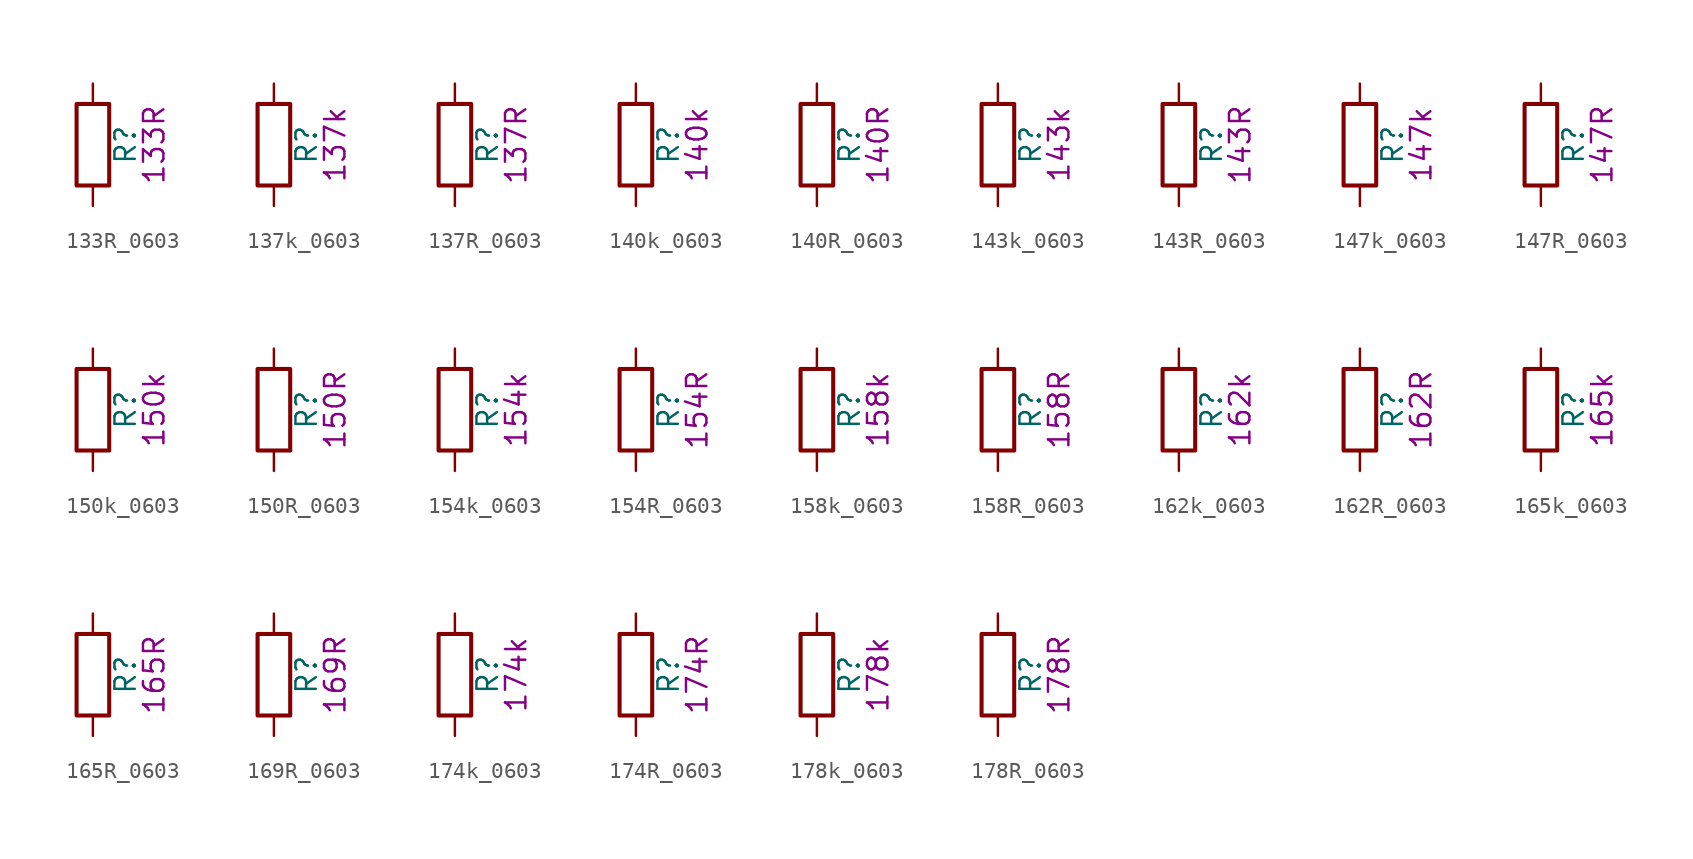
<source format=kicad_sym>
(kicad_symbol_lib
  (version 20211014)
  (generator kicad_symbol_editor)
  (symbol "133R_0603"
    (pin_numbers hide)
    (pin_names
      (offset 0))
    (property "Reference" "R"
      (at 2.032 0 90)
      (effects (font (size 1.27 1.27))))
    (property "Display" "133R"
      (at 3.81 0 90)
      (effects (font (size 1.27 1.27))))
    (symbol "133R_0603_0_1"
      (rectangle (start -1.016 -2.54) (end 1.016 2.54) (stroke (width 0.254) (type default) (color 0 0 0 0)) (fill (type none))))
    (symbol "133R_0603_1_1"
      (pin passive line (at 0 3.81 270) (length 1.27) (name "~" (effects (font (size 1.27 1.27)))) (number "1" (effects (font (size 1.27 1.27)))))
      (pin passive line (at 0 -3.81 90) (length 1.27) (name "~" (effects (font (size 1.27 1.27)))) (number "2" (effects (font (size 1.27 1.27)))))))
  (symbol "137k_0603"
    (pin_numbers hide)
    (pin_names
      (offset 0))
    (property "Reference" "R"
      (at 2.032 0 90)
      (effects (font (size 1.27 1.27))))
    (property "Display" "137k"
      (at 3.81 0 90)
      (effects (font (size 1.27 1.27))))
    (symbol "137k_0603_0_1"
      (rectangle (start -1.016 -2.54) (end 1.016 2.54) (stroke (width 0.254) (type default) (color 0 0 0 0)) (fill (type none))))
    (symbol "137k_0603_1_1"
      (pin passive line (at 0 3.81 270) (length 1.27) (name "~" (effects (font (size 1.27 1.27)))) (number "1" (effects (font (size 1.27 1.27)))))
      (pin passive line (at 0 -3.81 90) (length 1.27) (name "~" (effects (font (size 1.27 1.27)))) (number "2" (effects (font (size 1.27 1.27)))))))
  (symbol "137R_0603"
    (pin_numbers hide)
    (pin_names
      (offset 0))
    (property "Reference" "R"
      (at 2.032 0 90)
      (effects (font (size 1.27 1.27))))
    (property "Display" "137R"
      (at 3.81 0 90)
      (effects (font (size 1.27 1.27))))
    (symbol "137R_0603_0_1"
      (rectangle (start -1.016 -2.54) (end 1.016 2.54) (stroke (width 0.254) (type default) (color 0 0 0 0)) (fill (type none))))
    (symbol "137R_0603_1_1"
      (pin passive line (at 0 3.81 270) (length 1.27) (name "~" (effects (font (size 1.27 1.27)))) (number "1" (effects (font (size 1.27 1.27)))))
      (pin passive line (at 0 -3.81 90) (length 1.27) (name "~" (effects (font (size 1.27 1.27)))) (number "2" (effects (font (size 1.27 1.27)))))))
  (symbol "140k_0603"
    (pin_numbers hide)
    (pin_names
      (offset 0))
    (property "Reference" "R"
      (at 2.032 0 90)
      (effects (font (size 1.27 1.27))))
    (property "Display" "140k"
      (at 3.81 0 90)
      (effects (font (size 1.27 1.27))))
    (symbol "140k_0603_0_1"
      (rectangle (start -1.016 -2.54) (end 1.016 2.54) (stroke (width 0.254) (type default) (color 0 0 0 0)) (fill (type none))))
    (symbol "140k_0603_1_1"
      (pin passive line (at 0 3.81 270) (length 1.27) (name "~" (effects (font (size 1.27 1.27)))) (number "1" (effects (font (size 1.27 1.27)))))
      (pin passive line (at 0 -3.81 90) (length 1.27) (name "~" (effects (font (size 1.27 1.27)))) (number "2" (effects (font (size 1.27 1.27)))))))
  (symbol "140R_0603"
    (pin_numbers hide)
    (pin_names
      (offset 0))
    (property "Reference" "R"
      (at 2.032 0 90)
      (effects (font (size 1.27 1.27))))
    (property "Display" "140R"
      (at 3.81 0 90)
      (effects (font (size 1.27 1.27))))
    (symbol "140R_0603_0_1"
      (rectangle (start -1.016 -2.54) (end 1.016 2.54) (stroke (width 0.254) (type default) (color 0 0 0 0)) (fill (type none))))
    (symbol "140R_0603_1_1"
      (pin passive line (at 0 3.81 270) (length 1.27) (name "~" (effects (font (size 1.27 1.27)))) (number "1" (effects (font (size 1.27 1.27)))))
      (pin passive line (at 0 -3.81 90) (length 1.27) (name "~" (effects (font (size 1.27 1.27)))) (number "2" (effects (font (size 1.27 1.27)))))))
  (symbol "143k_0603"
    (pin_numbers hide)
    (pin_names
      (offset 0))
    (property "Reference" "R"
      (at 2.032 0 90)
      (effects (font (size 1.27 1.27))))
    (property "Display" "143k"
      (at 3.81 0 90)
      (effects (font (size 1.27 1.27))))
    (symbol "143k_0603_0_1"
      (rectangle (start -1.016 -2.54) (end 1.016 2.54) (stroke (width 0.254) (type default) (color 0 0 0 0)) (fill (type none))))
    (symbol "143k_0603_1_1"
      (pin passive line (at 0 3.81 270) (length 1.27) (name "~" (effects (font (size 1.27 1.27)))) (number "1" (effects (font (size 1.27 1.27)))))
      (pin passive line (at 0 -3.81 90) (length 1.27) (name "~" (effects (font (size 1.27 1.27)))) (number "2" (effects (font (size 1.27 1.27)))))))
  (symbol "143R_0603"
    (pin_numbers hide)
    (pin_names
      (offset 0))
    (property "Reference" "R"
      (at 2.032 0 90)
      (effects (font (size 1.27 1.27))))
    (property "Display" "143R"
      (at 3.81 0 90)
      (effects (font (size 1.27 1.27))))
    (symbol "143R_0603_0_1"
      (rectangle (start -1.016 -2.54) (end 1.016 2.54) (stroke (width 0.254) (type default) (color 0 0 0 0)) (fill (type none))))
    (symbol "143R_0603_1_1"
      (pin passive line (at 0 3.81 270) (length 1.27) (name "~" (effects (font (size 1.27 1.27)))) (number "1" (effects (font (size 1.27 1.27)))))
      (pin passive line (at 0 -3.81 90) (length 1.27) (name "~" (effects (font (size 1.27 1.27)))) (number "2" (effects (font (size 1.27 1.27)))))))
  (symbol "147k_0603"
    (pin_numbers hide)
    (pin_names
      (offset 0))
    (property "Reference" "R"
      (at 2.032 0 90)
      (effects (font (size 1.27 1.27))))
    (property "Display" "147k"
      (at 3.81 0 90)
      (effects (font (size 1.27 1.27))))
    (symbol "147k_0603_0_1"
      (rectangle (start -1.016 -2.54) (end 1.016 2.54) (stroke (width 0.254) (type default) (color 0 0 0 0)) (fill (type none))))
    (symbol "147k_0603_1_1"
      (pin passive line (at 0 3.81 270) (length 1.27) (name "~" (effects (font (size 1.27 1.27)))) (number "1" (effects (font (size 1.27 1.27)))))
      (pin passive line (at 0 -3.81 90) (length 1.27) (name "~" (effects (font (size 1.27 1.27)))) (number "2" (effects (font (size 1.27 1.27)))))))
  (symbol "147R_0603"
    (pin_numbers hide)
    (pin_names
      (offset 0))
    (property "Reference" "R"
      (at 2.032 0 90)
      (effects (font (size 1.27 1.27))))
    (property "Display" "147R"
      (at 3.81 0 90)
      (effects (font (size 1.27 1.27))))
    (symbol "147R_0603_0_1"
      (rectangle (start -1.016 -2.54) (end 1.016 2.54) (stroke (width 0.254) (type default) (color 0 0 0 0)) (fill (type none))))
    (symbol "147R_0603_1_1"
      (pin passive line (at 0 3.81 270) (length 1.27) (name "~" (effects (font (size 1.27 1.27)))) (number "1" (effects (font (size 1.27 1.27)))))
      (pin passive line (at 0 -3.81 90) (length 1.27) (name "~" (effects (font (size 1.27 1.27)))) (number "2" (effects (font (size 1.27 1.27)))))))
  (symbol "150k_0603"
    (pin_numbers hide)
    (pin_names
      (offset 0))
    (property "Reference" "R"
      (at 2.032 0 90)
      (effects (font (size 1.27 1.27))))
    (property "Display" "150k"
      (at 3.81 0 90)
      (effects (font (size 1.27 1.27))))
    (symbol "150k_0603_0_1"
      (rectangle (start -1.016 -2.54) (end 1.016 2.54) (stroke (width 0.254) (type default) (color 0 0 0 0)) (fill (type none))))
    (symbol "150k_0603_1_1"
      (pin passive line (at 0 3.81 270) (length 1.27) (name "~" (effects (font (size 1.27 1.27)))) (number "1" (effects (font (size 1.27 1.27)))))
      (pin passive line (at 0 -3.81 90) (length 1.27) (name "~" (effects (font (size 1.27 1.27)))) (number "2" (effects (font (size 1.27 1.27)))))))
  (symbol "150R_0603"
    (pin_numbers hide)
    (pin_names
      (offset 0))
    (property "Reference" "R"
      (at 2.032 0 90)
      (effects (font (size 1.27 1.27))))
    (property "Display" "150R"
      (at 3.81 0 90)
      (effects (font (size 1.27 1.27))))
    (symbol "150R_0603_0_1"
      (rectangle (start -1.016 -2.54) (end 1.016 2.54) (stroke (width 0.254) (type default) (color 0 0 0 0)) (fill (type none))))
    (symbol "150R_0603_1_1"
      (pin passive line (at 0 3.81 270) (length 1.27) (name "~" (effects (font (size 1.27 1.27)))) (number "1" (effects (font (size 1.27 1.27)))))
      (pin passive line (at 0 -3.81 90) (length 1.27) (name "~" (effects (font (size 1.27 1.27)))) (number "2" (effects (font (size 1.27 1.27)))))))
  (symbol "154k_0603"
    (pin_numbers hide)
    (pin_names
      (offset 0))
    (property "Reference" "R"
      (at 2.032 0 90)
      (effects (font (size 1.27 1.27))))
    (property "Display" "154k"
      (at 3.81 0 90)
      (effects (font (size 1.27 1.27))))
    (symbol "154k_0603_0_1"
      (rectangle (start -1.016 -2.54) (end 1.016 2.54) (stroke (width 0.254) (type default) (color 0 0 0 0)) (fill (type none))))
    (symbol "154k_0603_1_1"
      (pin passive line (at 0 3.81 270) (length 1.27) (name "~" (effects (font (size 1.27 1.27)))) (number "1" (effects (font (size 1.27 1.27)))))
      (pin passive line (at 0 -3.81 90) (length 1.27) (name "~" (effects (font (size 1.27 1.27)))) (number "2" (effects (font (size 1.27 1.27)))))))
  (symbol "154R_0603"
    (pin_numbers hide)
    (pin_names
      (offset 0))
    (property "Reference" "R"
      (at 2.032 0 90)
      (effects (font (size 1.27 1.27))))
    (property "Display" "154R"
      (at 3.81 0 90)
      (effects (font (size 1.27 1.27))))
    (symbol "154R_0603_0_1"
      (rectangle (start -1.016 -2.54) (end 1.016 2.54) (stroke (width 0.254) (type default) (color 0 0 0 0)) (fill (type none))))
    (symbol "154R_0603_1_1"
      (pin passive line (at 0 3.81 270) (length 1.27) (name "~" (effects (font (size 1.27 1.27)))) (number "1" (effects (font (size 1.27 1.27)))))
      (pin passive line (at 0 -3.81 90) (length 1.27) (name "~" (effects (font (size 1.27 1.27)))) (number "2" (effects (font (size 1.27 1.27)))))))
  (symbol "158k_0603"
    (pin_numbers hide)
    (pin_names
      (offset 0))
    (property "Reference" "R"
      (at 2.032 0 90)
      (effects (font (size 1.27 1.27))))
    (property "Display" "158k"
      (at 3.81 0 90)
      (effects (font (size 1.27 1.27))))
    (symbol "158k_0603_0_1"
      (rectangle (start -1.016 -2.54) (end 1.016 2.54) (stroke (width 0.254) (type default) (color 0 0 0 0)) (fill (type none))))
    (symbol "158k_0603_1_1"
      (pin passive line (at 0 3.81 270) (length 1.27) (name "~" (effects (font (size 1.27 1.27)))) (number "1" (effects (font (size 1.27 1.27)))))
      (pin passive line (at 0 -3.81 90) (length 1.27) (name "~" (effects (font (size 1.27 1.27)))) (number "2" (effects (font (size 1.27 1.27)))))))
  (symbol "158R_0603"
    (pin_numbers hide)
    (pin_names
      (offset 0))
    (property "Reference" "R"
      (at 2.032 0 90)
      (effects (font (size 1.27 1.27))))
    (property "Display" "158R"
      (at 3.81 0 90)
      (effects (font (size 1.27 1.27))))
    (symbol "158R_0603_0_1"
      (rectangle (start -1.016 -2.54) (end 1.016 2.54) (stroke (width 0.254) (type default) (color 0 0 0 0)) (fill (type none))))
    (symbol "158R_0603_1_1"
      (pin passive line (at 0 3.81 270) (length 1.27) (name "~" (effects (font (size 1.27 1.27)))) (number "1" (effects (font (size 1.27 1.27)))))
      (pin passive line (at 0 -3.81 90) (length 1.27) (name "~" (effects (font (size 1.27 1.27)))) (number "2" (effects (font (size 1.27 1.27)))))))
  (symbol "162k_0603"
    (pin_numbers hide)
    (pin_names
      (offset 0))
    (property "Reference" "R"
      (at 2.032 0 90)
      (effects (font (size 1.27 1.27))))
    (property "Display" "162k"
      (at 3.81 0 90)
      (effects (font (size 1.27 1.27))))
    (symbol "162k_0603_0_1"
      (rectangle (start -1.016 -2.54) (end 1.016 2.54) (stroke (width 0.254) (type default) (color 0 0 0 0)) (fill (type none))))
    (symbol "162k_0603_1_1"
      (pin passive line (at 0 3.81 270) (length 1.27) (name "~" (effects (font (size 1.27 1.27)))) (number "1" (effects (font (size 1.27 1.27)))))
      (pin passive line (at 0 -3.81 90) (length 1.27) (name "~" (effects (font (size 1.27 1.27)))) (number "2" (effects (font (size 1.27 1.27)))))))
  (symbol "162R_0603"
    (pin_numbers hide)
    (pin_names
      (offset 0))
    (property "Reference" "R"
      (at 2.032 0 90)
      (effects (font (size 1.27 1.27))))
    (property "Display" "162R"
      (at 3.81 0 90)
      (effects (font (size 1.27 1.27))))
    (symbol "162R_0603_0_1"
      (rectangle (start -1.016 -2.54) (end 1.016 2.54) (stroke (width 0.254) (type default) (color 0 0 0 0)) (fill (type none))))
    (symbol "162R_0603_1_1"
      (pin passive line (at 0 3.81 270) (length 1.27) (name "~" (effects (font (size 1.27 1.27)))) (number "1" (effects (font (size 1.27 1.27)))))
      (pin passive line (at 0 -3.81 90) (length 1.27) (name "~" (effects (font (size 1.27 1.27)))) (number "2" (effects (font (size 1.27 1.27)))))))
  (symbol "165k_0603"
    (pin_numbers hide)
    (pin_names
      (offset 0))
    (property "Reference" "R"
      (at 2.032 0 90)
      (effects (font (size 1.27 1.27))))
    (property "Display" "165k"
      (at 3.81 0 90)
      (effects (font (size 1.27 1.27))))
    (symbol "165k_0603_0_1"
      (rectangle (start -1.016 -2.54) (end 1.016 2.54) (stroke (width 0.254) (type default) (color 0 0 0 0)) (fill (type none))))
    (symbol "165k_0603_1_1"
      (pin passive line (at 0 3.81 270) (length 1.27) (name "~" (effects (font (size 1.27 1.27)))) (number "1" (effects (font (size 1.27 1.27)))))
      (pin passive line (at 0 -3.81 90) (length 1.27) (name "~" (effects (font (size 1.27 1.27)))) (number "2" (effects (font (size 1.27 1.27)))))))
  (symbol "165R_0603"
    (pin_numbers hide)
    (pin_names
      (offset 0))
    (property "Reference" "R"
      (at 2.032 0 90)
      (effects (font (size 1.27 1.27))))
    (property "Display" "165R"
      (at 3.81 0 90)
      (effects (font (size 1.27 1.27))))
    (symbol "165R_0603_0_1"
      (rectangle (start -1.016 -2.54) (end 1.016 2.54) (stroke (width 0.254) (type default) (color 0 0 0 0)) (fill (type none))))
    (symbol "165R_0603_1_1"
      (pin passive line (at 0 3.81 270) (length 1.27) (name "~" (effects (font (size 1.27 1.27)))) (number "1" (effects (font (size 1.27 1.27)))))
      (pin passive line (at 0 -3.81 90) (length 1.27) (name "~" (effects (font (size 1.27 1.27)))) (number "2" (effects (font (size 1.27 1.27)))))))
  (symbol "169R_0603"
    (pin_numbers hide)
    (pin_names
      (offset 0))
    (property "Reference" "R"
      (at 2.032 0 90)
      (effects (font (size 1.27 1.27))))
    (property "Display" "169R"
      (at 3.81 0 90)
      (effects (font (size 1.27 1.27))))
    (symbol "169R_0603_0_1"
      (rectangle (start -1.016 -2.54) (end 1.016 2.54) (stroke (width 0.254) (type default) (color 0 0 0 0)) (fill (type none))))
    (symbol "169R_0603_1_1"
      (pin passive line (at 0 3.81 270) (length 1.27) (name "~" (effects (font (size 1.27 1.27)))) (number "1" (effects (font (size 1.27 1.27)))))
      (pin passive line (at 0 -3.81 90) (length 1.27) (name "~" (effects (font (size 1.27 1.27)))) (number "2" (effects (font (size 1.27 1.27)))))))
  (symbol "174k_0603"
    (pin_numbers hide)
    (pin_names
      (offset 0))
    (property "Reference" "R"
      (at 2.032 0 90)
      (effects (font (size 1.27 1.27))))
    (property "Display" "174k"
      (at 3.81 0 90)
      (effects (font (size 1.27 1.27))))
    (symbol "174k_0603_0_1"
      (rectangle (start -1.016 -2.54) (end 1.016 2.54) (stroke (width 0.254) (type default) (color 0 0 0 0)) (fill (type none))))
    (symbol "174k_0603_1_1"
      (pin passive line (at 0 3.81 270) (length 1.27) (name "~" (effects (font (size 1.27 1.27)))) (number "1" (effects (font (size 1.27 1.27)))))
      (pin passive line (at 0 -3.81 90) (length 1.27) (name "~" (effects (font (size 1.27 1.27)))) (number "2" (effects (font (size 1.27 1.27)))))))
  (symbol "174R_0603"
    (pin_numbers hide)
    (pin_names
      (offset 0))
    (property "Reference" "R"
      (at 2.032 0 90)
      (effects (font (size 1.27 1.27))))
    (property "Display" "174R"
      (at 3.81 0 90)
      (effects (font (size 1.27 1.27))))
    (symbol "174R_0603_0_1"
      (rectangle (start -1.016 -2.54) (end 1.016 2.54) (stroke (width 0.254) (type default) (color 0 0 0 0)) (fill (type none))))
    (symbol "174R_0603_1_1"
      (pin passive line (at 0 3.81 270) (length 1.27) (name "~" (effects (font (size 1.27 1.27)))) (number "1" (effects (font (size 1.27 1.27)))))
      (pin passive line (at 0 -3.81 90) (length 1.27) (name "~" (effects (font (size 1.27 1.27)))) (number "2" (effects (font (size 1.27 1.27)))))))
  (symbol "178k_0603"
    (pin_numbers hide)
    (pin_names
      (offset 0))
    (property "Reference" "R"
      (at 2.032 0 90)
      (effects (font (size 1.27 1.27))))
    (property "Display" "178k"
      (at 3.81 0 90)
      (effects (font (size 1.27 1.27))))
    (symbol "178k_0603_0_1"
      (rectangle (start -1.016 -2.54) (end 1.016 2.54) (stroke (width 0.254) (type default) (color 0 0 0 0)) (fill (type none))))
    (symbol "178k_0603_1_1"
      (pin passive line (at 0 3.81 270) (length 1.27) (name "~" (effects (font (size 1.27 1.27)))) (number "1" (effects (font (size 1.27 1.27)))))
      (pin passive line (at 0 -3.81 90) (length 1.27) (name "~" (effects (font (size 1.27 1.27)))) (number "2" (effects (font (size 1.27 1.27)))))))
  (symbol "178R_0603"
    (pin_numbers hide)
    (pin_names
      (offset 0))
    (property "Reference" "R"
      (at 2.032 0 90)
      (effects (font (size 1.27 1.27))))
    (property "Display" "178R"
      (at 3.81 0 90)
      (effects (font (size 1.27 1.27))))
    (symbol "178R_0603_0_1"
      (rectangle (start -1.016 -2.54) (end 1.016 2.54) (stroke (width 0.254) (type default) (color 0 0 0 0)) (fill (type none))))
    (symbol "178R_0603_1_1"
      (pin passive line (at 0 3.81 270) (length 1.27) (name "~" (effects (font (size 1.27 1.27)))) (number "1" (effects (font (size 1.27 1.27)))))
      (pin passive line (at 0 -3.81 90) (length 1.27) (name "~" (effects (font (size 1.27 1.27)))) (number "2" (effects (font (size 1.27 1.27))))))))
</source>
